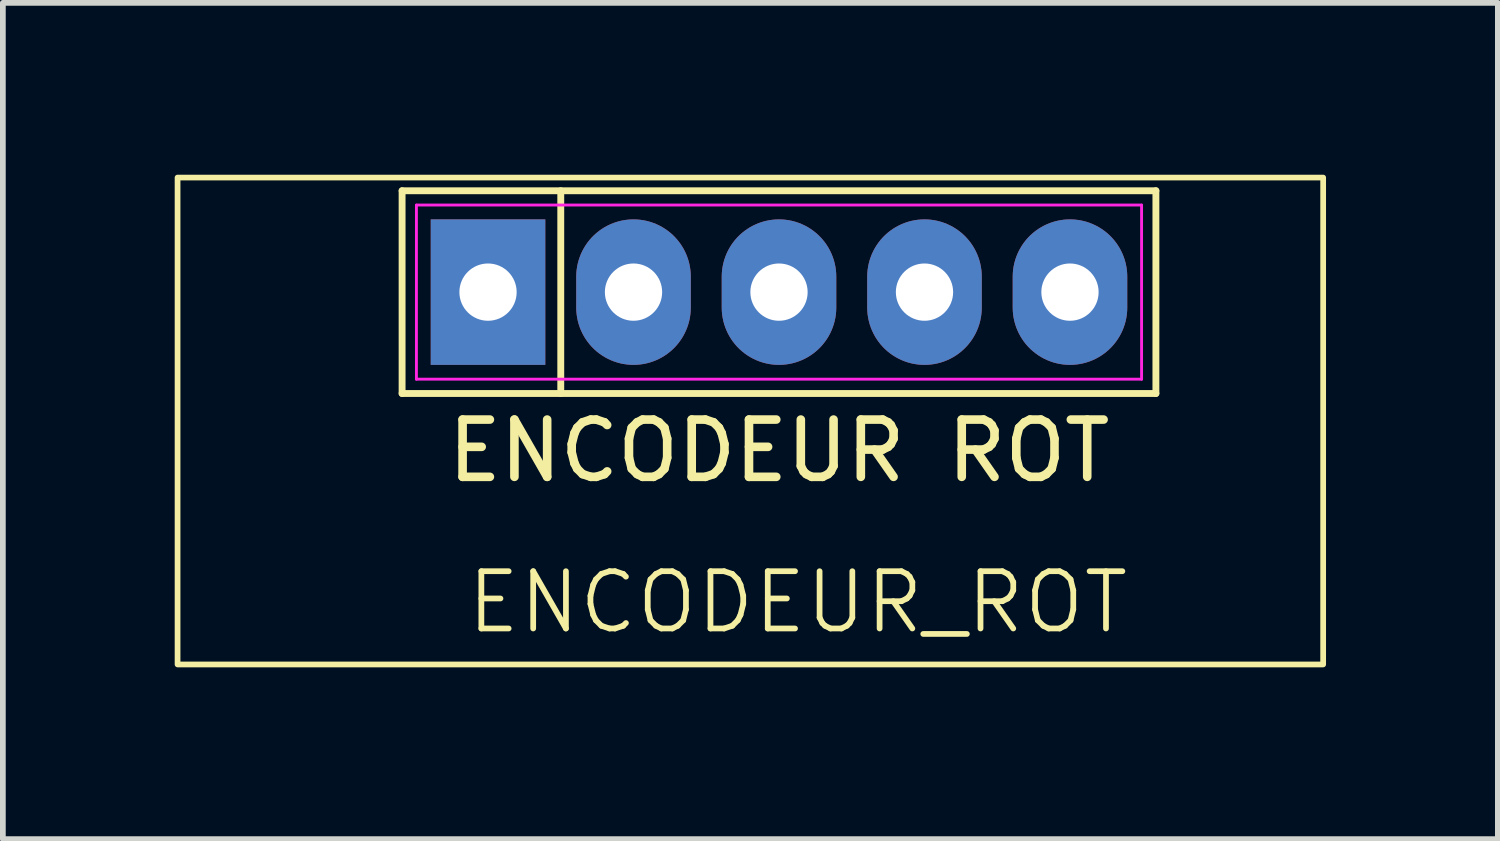
<source format=kicad_pcb>
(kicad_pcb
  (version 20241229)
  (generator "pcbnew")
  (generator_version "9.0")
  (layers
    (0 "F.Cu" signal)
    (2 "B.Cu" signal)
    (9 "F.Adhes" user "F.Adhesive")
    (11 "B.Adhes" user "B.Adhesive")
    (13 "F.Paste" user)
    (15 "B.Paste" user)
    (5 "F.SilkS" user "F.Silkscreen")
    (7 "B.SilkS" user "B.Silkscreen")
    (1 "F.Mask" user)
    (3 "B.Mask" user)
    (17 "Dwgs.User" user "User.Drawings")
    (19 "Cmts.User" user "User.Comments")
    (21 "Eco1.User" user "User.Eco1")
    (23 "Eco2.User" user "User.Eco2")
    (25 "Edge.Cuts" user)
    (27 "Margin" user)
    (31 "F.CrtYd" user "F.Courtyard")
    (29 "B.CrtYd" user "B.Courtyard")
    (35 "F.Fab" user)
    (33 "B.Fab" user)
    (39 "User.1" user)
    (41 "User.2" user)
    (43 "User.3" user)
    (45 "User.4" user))
  (footprint "ENCODEUR ROT"
    (layer "F.Cu")
    (at 10.55 2.05)
    (property "Reference" "ENCODEUR ROT" (at 0 2.77 0) (layer "F.SilkS") (effects (font (size 1 1) (thickness 0.15))))
    (attr through_hole)
    (fp_line (start -6.58 -1.77) (end 6.58 -1.77) (stroke (width 0.12) (type default)) (layer "F.SilkS"))
    (fp_line (start -6.58 1.77) (end -6.58 -1.77) (stroke (width 0.12) (type default)) (layer "F.SilkS"))
    (fp_line (start -3.81 -1.77) (end -3.81 1.77) (stroke (width 0.12) (type default)) (layer "F.SilkS"))
    (fp_line (start 6.58 -1.77) (end 6.58 1.77) (stroke (width 0.12) (type default)) (layer "F.SilkS"))
    (fp_line (start 6.58 1.77) (end -6.58 1.77) (stroke (width 0.12) (type default)) (layer "F.SilkS"))
    (fp_rect (start -10.5 -2) (end 9.5 6.5) (stroke (width 0.1) (type default)) (fill no) (layer "F.SilkS"))
    (fp_line (start -6.33 -1.52) (end 6.33 -1.52) (stroke (width 0.05) (type default)) (layer "F.CrtYd"))
    (fp_line (start -6.33 1.52) (end -6.33 -1.52) (stroke (width 0.05) (type default)) (layer "F.CrtYd"))
    (fp_line (start 6.33 -1.52) (end 6.33 1.52) (stroke (width 0.05) (type default)) (layer "F.CrtYd"))
    (fp_line (start 6.33 1.52) (end -6.33 1.52) (stroke (width 0.05) (type default)) (layer "F.CrtYd"))
    (fp_text user "ENCODEUR_ROT" (at -5.5 6 0) (unlocked yes) (layer "F.SilkS") (effects (font (size 1 1) (thickness 0.1)) (justify left bottom)))
    (pad "1" thru_hole rect (at -5.08 0) (size 2 2.54) (drill 1) (layers "*.Cu" "*.Mask"))
    (pad "2" thru_hole oval (at -2.54 0) (size 2 2.54) (drill 1) (layers "*.Cu" "*.Mask"))
    (pad "3" thru_hole oval (at 0 0) (size 2 2.54) (drill 1) (layers "*.Cu" "*.Mask"))
    (pad "4" thru_hole oval (at 2.54 0) (size 2 2.54) (drill 1) (layers "*.Cu" "*.Mask"))
    (pad "5" thru_hole oval (at 5.08 0) (size 2 2.54) (drill 1) (layers "*.Cu" "*.Mask")))
  (gr_rect
    (start -3 -3)
    (end 23.1 11.6)
    (stroke (width 0.1) (type default))
    (fill no)
    (layer "Edge.Cuts")))
</source>
